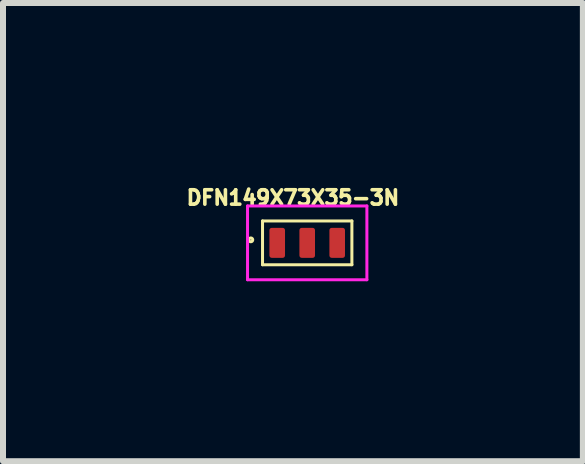
<source format=kicad_pcb>
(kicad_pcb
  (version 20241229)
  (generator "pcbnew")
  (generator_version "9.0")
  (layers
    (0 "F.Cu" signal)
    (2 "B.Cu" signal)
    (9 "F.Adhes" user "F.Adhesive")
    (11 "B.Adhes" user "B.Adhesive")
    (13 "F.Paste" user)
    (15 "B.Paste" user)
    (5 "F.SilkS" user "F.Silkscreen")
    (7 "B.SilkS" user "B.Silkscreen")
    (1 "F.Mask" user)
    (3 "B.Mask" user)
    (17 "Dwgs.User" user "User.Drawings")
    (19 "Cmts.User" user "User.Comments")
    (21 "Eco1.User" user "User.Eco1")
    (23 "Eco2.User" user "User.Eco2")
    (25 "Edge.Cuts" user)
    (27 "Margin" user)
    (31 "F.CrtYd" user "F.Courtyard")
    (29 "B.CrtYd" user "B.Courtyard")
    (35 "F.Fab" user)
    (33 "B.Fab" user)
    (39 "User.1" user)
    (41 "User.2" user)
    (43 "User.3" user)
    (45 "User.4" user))
  (footprint "DFN149X73X35-3N"
    (layer "F.Cu")
    (at 2.072 0.999)
    (property "Reference" "DFN149X73X35-3N" (at -0.238 -0.753 0) (layer "F.SilkS") (effects (font (size 0.24 0.24) (thickness 0.15))))
    (attr smd)
    (fp_poly (pts (xy -0.575 -0.195) (xy -0.425 -0.195) (xy -0.425 0.195) (xy -0.575 0.195)) (stroke (width 0.01) (type solid)) (fill yes) (layer "F.Mask"))
    (fp_poly (pts (xy -0.075 -0.195) (xy 0.075 -0.195) (xy 0.075 0.195) (xy -0.075 0.195)) (stroke (width 0.01) (type solid)) (fill yes) (layer "F.Mask"))
    (fp_poly (pts (xy 0.426 -0.195) (xy 0.575 -0.195) (xy 0.575 0.195) (xy 0.426 0.195)) (stroke (width 0.01) (type solid)) (fill yes) (layer "F.Mask"))
    (fp_line (start -0.745 -0.365) (end -0.745 0.365) (stroke (width 0.05) (type solid)) (layer "F.SilkS"))
    (fp_line (start -0.745 0.365) (end 0.745 0.365) (stroke (width 0.05) (type solid)) (layer "F.SilkS"))
    (fp_line (start 0.745 -0.365) (end -0.745 -0.365) (stroke (width 0.05) (type solid)) (layer "F.SilkS"))
    (fp_line (start 0.745 0.365) (end 0.745 -0.365) (stroke (width 0.05) (type solid)) (layer "F.SilkS"))
    (fp_circle (center -0.94 -0.05) (end -0.908 -0.05) (stroke (width 0.05) (type solid)) (fill no) (layer "F.SilkS"))
    (fp_poly (pts (xy -0.626 -0.195) (xy -0.425 -0.195) (xy -0.425 0.195) (xy -0.626 0.195)) (stroke (width 0.01) (type solid)) (fill yes) (layer "F.Paste"))
    (fp_poly (pts (xy -0.1 -0.195) (xy 0.1 -0.195) (xy 0.1 0.195) (xy -0.1 0.195)) (stroke (width 0.01) (type solid)) (fill yes) (layer "F.Paste"))
    (fp_poly (pts (xy 0.425 -0.195) (xy 0.625 -0.195) (xy 0.625 0.195) (xy 0.425 0.195)) (stroke (width 0.01) (type solid)) (fill yes) (layer "F.Paste"))
    (fp_line (start -0.995 -0.615) (end -0.995 0.615) (stroke (width 0.05) (type solid)) (layer "F.CrtYd"))
    (fp_line (start -0.995 0.615) (end 0.995 0.615) (stroke (width 0.05) (type solid)) (layer "F.CrtYd"))
    (fp_line (start 0.995 -0.615) (end -0.995 -0.615) (stroke (width 0.05) (type solid)) (layer "F.CrtYd"))
    (fp_line (start 0.995 0.615) (end 0.995 -0.615) (stroke (width 0.05) (type solid)) (layer "F.CrtYd"))
    (pad "1" smd roundrect (at -0.5 0) (size 0.26 0.5) (layers "F.Cu") (roundrect_rratio 0.15))
    (pad "2" smd roundrect (at 0 0) (size 0.26 0.5) (layers "F.Cu") (roundrect_rratio 0.15))
    (pad "3" smd roundrect (at 0.5 0) (size 0.26 0.5) (layers "F.Cu") (roundrect_rratio 0.15)))
  (gr_rect
    (start -3 -3)
    (end 6.668 4.639)
    (stroke (width 0.1) (type default))
    (fill no)
    (layer "Edge.Cuts")))
</source>
